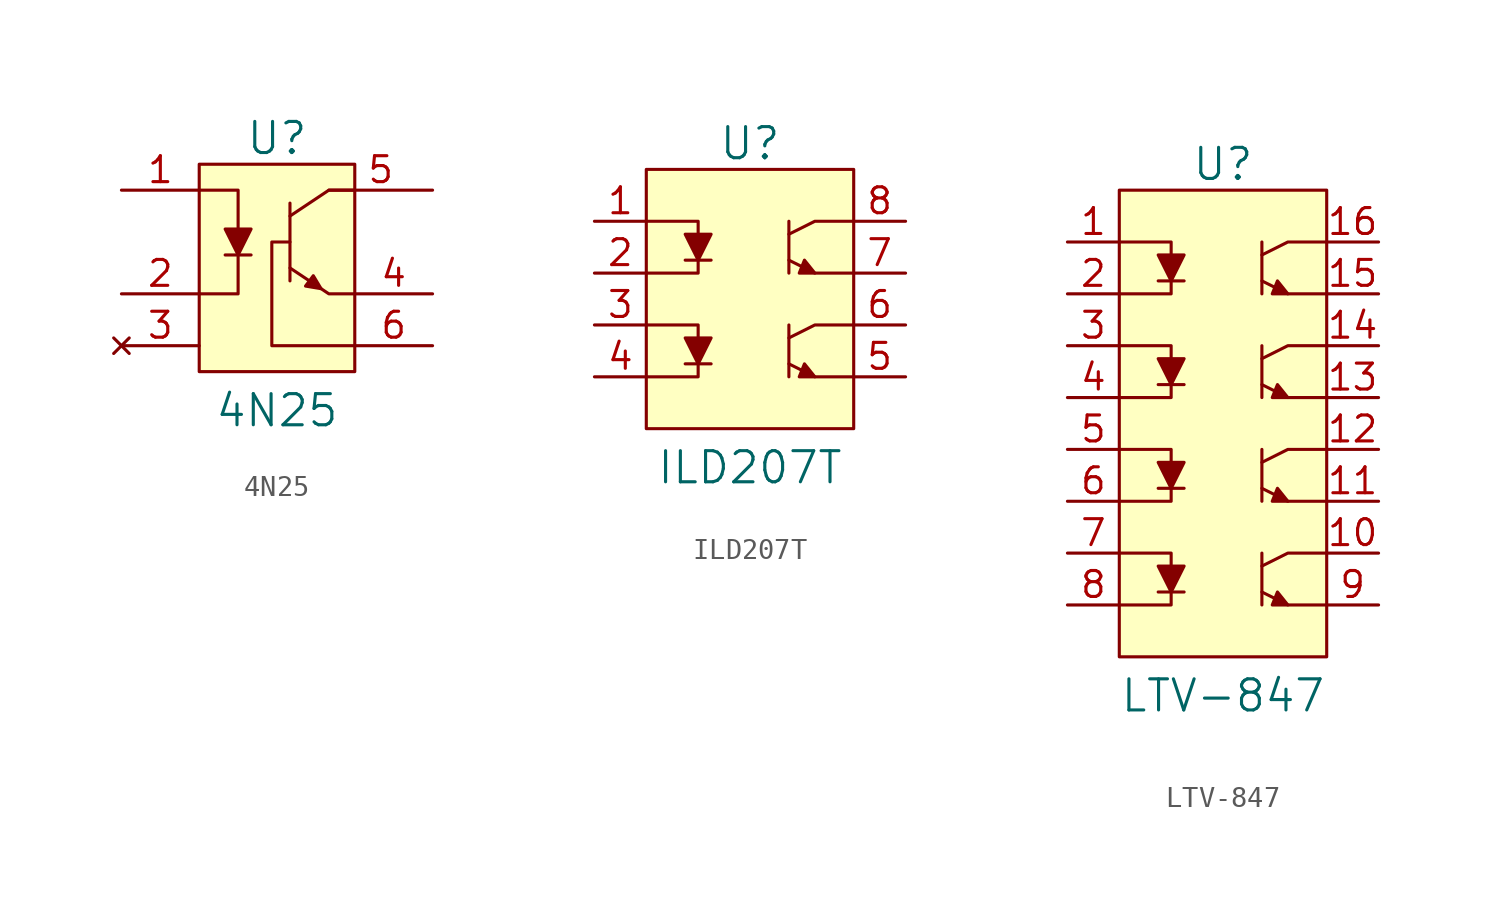
<source format=kicad_sym>
(kicad_symbol_lib
  (version 20231120)
  (generator "kicad_symbol_editor")
  (generator_version "8.0")
  (symbol "4N25"
    (pin_names
      (offset 1.016))
    (property "Reference" "U"
      (at 0 5.08 0)
      (effects (font (size 1.524 1.524))))
    (property "Value" "4N25"
      (at 0 -8.255 0)
      (effects (font (size 1.524 1.524))))
    (symbol "4N25_0_1"
      (rectangle (start -3.81 3.81) (end 3.81 -6.35) (stroke (width 0) (type solid)) (fill (type background)))
      (polyline (pts (xy -2.54 -0.635) (xy -1.27 -0.635)) (stroke (width 0) (type solid)) (fill (type none)))
      (polyline (pts (xy 0.635 1.905) (xy 0.635 -1.905)) (stroke (width 0) (type solid)) (fill (type none)))
      (polyline (pts (xy -3.81 -2.54) (xy -1.905 -2.54) (xy -1.905 -0.635)) (stroke (width 0) (type solid)) (fill (type none)))
      (polyline (pts (xy -3.81 2.54) (xy -1.905 2.54) (xy -1.905 0.635)) (stroke (width 0) (type solid)) (fill (type none)))
      (polyline (pts (xy 0.635 -1.27) (xy 2.54 -2.54) (xy 3.81 -2.54)) (stroke (width 0) (type solid)) (fill (type none)))
      (polyline (pts (xy 0.635 1.27) (xy 2.54 2.54) (xy 3.81 2.54)) (stroke (width 0) (type solid)) (fill (type none)))
      (polyline (pts (xy -2.54 0.635) (xy -1.27 0.635) (xy -1.905 -0.635) (xy -2.54 0.635)) (stroke (width 0) (type solid)) (fill (type outline)))
      (polyline (pts (xy 2.159 -2.286) (xy 1.778 -1.651) (xy 1.397 -2.159) (xy 2.159 -2.286)) (stroke (width 0) (type solid)) (fill (type outline)))
      (polyline (pts (xy 3.81 -5.08) (xy -0.254 -5.08) (xy -0.254 0) (xy 0.635 0)) (stroke (width 0) (type solid)) (fill (type none))))
    (symbol "4N25_1_1"
      (pin passive line (at -7.62 2.54 0) (length 3.81) (name "~" (effects (font (size 1.27 1.27)))) (number "1" (effects (font (size 1.27 1.27)))))
      (pin passive line (at -7.62 -2.54 0) (length 3.81) (name "~" (effects (font (size 1.27 1.27)))) (number "2" (effects (font (size 1.27 1.27)))))
      (pin no_connect line (at -7.62 -5.08 0) (length 3.81) (name "~" (effects (font (size 1.27 1.27)))) (number "3" (effects (font (size 1.27 1.27)))))
      (pin passive line (at 7.62 -2.54 180) (length 3.81) (name "~" (effects (font (size 1.27 1.27)))) (number "4" (effects (font (size 1.27 1.27)))))
      (pin output line (at 7.62 2.54 180) (length 5.08) (name "~" (effects (font (size 1.27 1.27)))) (number "5" (effects (font (size 1.27 1.27)))))
      (pin input line (at 7.62 -5.08 180) (length 3.81) (name "~" (effects (font (size 1.27 1.27)))) (number "6" (effects (font (size 1.27 1.27)))))))
  (symbol "ILD207T"
    (pin_names
      (offset 1.016))
    (property "Reference" "U"
      (at 0 8.89 0)
      (effects (font (size 1.524 1.524))))
    (property "Value" "ILD207T"
      (at 0 -6.985 0)
      (effects (font (size 1.524 1.524))))
    (symbol "ILD207T_0_1"
      (rectangle (start -5.08 7.62) (end 5.08 -5.08) (stroke (width 0) (type solid)) (fill (type background)))
      (polyline (pts (xy -3.175 -1.905) (xy -1.905 -1.905)) (stroke (width 0) (type solid)) (fill (type none)))
      (polyline (pts (xy -3.175 3.175) (xy -1.905 3.175)) (stroke (width 0) (type solid)) (fill (type none)))
      (polyline (pts (xy 1.905 0) (xy 1.905 -2.54)) (stroke (width 0) (type solid)) (fill (type none)))
      (polyline (pts (xy 1.905 5.08) (xy 1.905 2.54)) (stroke (width 0) (type solid)) (fill (type none)))
      (polyline (pts (xy -5.08 -2.54) (xy -2.54 -2.54) (xy -2.54 -1.905)) (stroke (width 0) (type solid)) (fill (type none)))
      (polyline (pts (xy -5.08 0) (xy -2.54 0) (xy -2.54 -0.635)) (stroke (width 0) (type solid)) (fill (type none)))
      (polyline (pts (xy -5.08 2.54) (xy -2.54 2.54) (xy -2.54 3.175)) (stroke (width 0) (type solid)) (fill (type none)))
      (polyline (pts (xy -5.08 5.08) (xy -2.54 5.08) (xy -2.54 4.445)) (stroke (width 0) (type solid)) (fill (type none)))
      (polyline (pts (xy 1.905 -1.905) (xy 3.175 -2.54) (xy 5.08 -2.54)) (stroke (width 0) (type solid)) (fill (type none)))
      (polyline (pts (xy 1.905 -0.635) (xy 3.175 0) (xy 5.08 0)) (stroke (width 0) (type solid)) (fill (type none)))
      (polyline (pts (xy 1.905 3.175) (xy 3.175 2.54) (xy 5.08 2.54)) (stroke (width 0) (type solid)) (fill (type none)))
      (polyline (pts (xy 1.905 4.445) (xy 3.175 5.08) (xy 5.08 5.08)) (stroke (width 0) (type solid)) (fill (type none)))
      (polyline (pts (xy -3.175 -0.635) (xy -1.905 -0.635) (xy -2.54 -1.905) (xy -3.175 -0.635)) (stroke (width 0) (type solid)) (fill (type outline)))
      (polyline (pts (xy -3.175 4.445) (xy -1.905 4.445) (xy -2.54 3.175) (xy -3.175 4.445)) (stroke (width 0) (type solid)) (fill (type outline)))
      (polyline (pts (xy 3.175 -2.54) (xy 2.667 -1.905) (xy 2.413 -2.54) (xy 3.175 -2.54)) (stroke (width 0) (type solid)) (fill (type outline)))
      (polyline (pts (xy 3.175 2.54) (xy 2.667 3.175) (xy 2.413 2.54) (xy 3.175 2.54)) (stroke (width 0) (type solid)) (fill (type outline))))
    (symbol "ILD207T_1_1"
      (pin passive line (at -7.62 5.08 0) (length 2.54) (name "~" (effects (font (size 1.27 1.27)))) (number "1" (effects (font (size 1.27 1.27)))))
      (pin passive line (at -7.62 2.54 0) (length 2.54) (name "~" (effects (font (size 1.27 1.27)))) (number "2" (effects (font (size 1.27 1.27)))))
      (pin passive line (at -7.62 0 0) (length 2.54) (name "~" (effects (font (size 1.27 1.27)))) (number "3" (effects (font (size 1.27 1.27)))))
      (pin passive line (at -7.62 -2.54 0) (length 2.54) (name "~" (effects (font (size 1.27 1.27)))) (number "4" (effects (font (size 1.27 1.27)))))
      (pin passive line (at 7.62 -2.54 180) (length 2.54) (name "~" (effects (font (size 1.27 1.27)))) (number "5" (effects (font (size 1.27 1.27)))))
      (pin passive line (at 7.62 0 180) (length 2.54) (name "~" (effects (font (size 1.27 1.27)))) (number "6" (effects (font (size 1.27 1.27)))))
      (pin passive line (at 7.62 2.54 180) (length 2.54) (name "~" (effects (font (size 1.27 1.27)))) (number "7" (effects (font (size 1.27 1.27)))))
      (pin passive line (at 7.62 5.08 180) (length 2.54) (name "~" (effects (font (size 1.27 1.27)))) (number "8" (effects (font (size 1.27 1.27)))))))
  (symbol "LTV-847"
    (pin_names
      (offset 1.016))
    (property "Reference" "U"
      (at 0 11.43 0)
      (effects (font (size 1.524 1.524))))
    (property "Value" "LTV-847"
      (at 0 -14.605 0)
      (effects (font (size 1.524 1.524))))
    (symbol "LTV-847_0_1"
      (rectangle (start -5.08 10.16) (end 5.08 -12.7) (stroke (width 0) (type solid)) (fill (type background)))
      (polyline (pts (xy -3.175 -9.525) (xy -1.905 -9.525)) (stroke (width 0) (type solid)) (fill (type none)))
      (polyline (pts (xy -3.175 -4.445) (xy -1.905 -4.445)) (stroke (width 0) (type solid)) (fill (type none)))
      (polyline (pts (xy -3.175 0.635) (xy -1.905 0.635)) (stroke (width 0) (type solid)) (fill (type none)))
      (polyline (pts (xy -3.175 5.715) (xy -1.905 5.715)) (stroke (width 0) (type solid)) (fill (type none)))
      (polyline (pts (xy 1.905 -7.62) (xy 1.905 -10.16)) (stroke (width 0) (type solid)) (fill (type none)))
      (polyline (pts (xy 1.905 -2.54) (xy 1.905 -5.08)) (stroke (width 0) (type solid)) (fill (type none)))
      (polyline (pts (xy 1.905 2.54) (xy 1.905 0)) (stroke (width 0) (type solid)) (fill (type none)))
      (polyline (pts (xy 1.905 7.62) (xy 1.905 5.08)) (stroke (width 0) (type solid)) (fill (type none)))
      (polyline (pts (xy -5.08 -10.16) (xy -2.54 -10.16) (xy -2.54 -9.525)) (stroke (width 0) (type solid)) (fill (type none)))
      (polyline (pts (xy -5.08 -7.62) (xy -2.54 -7.62) (xy -2.54 -8.255)) (stroke (width 0) (type solid)) (fill (type none)))
      (polyline (pts (xy -5.08 -5.08) (xy -2.54 -5.08) (xy -2.54 -4.445)) (stroke (width 0) (type solid)) (fill (type none)))
      (polyline (pts (xy -5.08 -2.54) (xy -2.54 -2.54) (xy -2.54 -3.175)) (stroke (width 0) (type solid)) (fill (type none)))
      (polyline (pts (xy -5.08 0) (xy -2.54 0) (xy -2.54 0.635)) (stroke (width 0) (type solid)) (fill (type none)))
      (polyline (pts (xy -5.08 2.54) (xy -2.54 2.54) (xy -2.54 1.905)) (stroke (width 0) (type solid)) (fill (type none)))
      (polyline (pts (xy -5.08 5.08) (xy -2.54 5.08) (xy -2.54 5.715)) (stroke (width 0) (type solid)) (fill (type none)))
      (polyline (pts (xy -5.08 7.62) (xy -2.54 7.62) (xy -2.54 6.985)) (stroke (width 0) (type solid)) (fill (type none)))
      (polyline (pts (xy 1.905 -9.525) (xy 3.175 -10.16) (xy 5.08 -10.16)) (stroke (width 0) (type solid)) (fill (type none)))
      (polyline (pts (xy 1.905 -8.255) (xy 3.175 -7.62) (xy 5.08 -7.62)) (stroke (width 0) (type solid)) (fill (type none)))
      (polyline (pts (xy 1.905 -4.445) (xy 3.175 -5.08) (xy 5.08 -5.08)) (stroke (width 0) (type solid)) (fill (type none)))
      (polyline (pts (xy 1.905 -3.175) (xy 3.175 -2.54) (xy 5.08 -2.54)) (stroke (width 0) (type solid)) (fill (type none)))
      (polyline (pts (xy 1.905 0.635) (xy 3.175 0) (xy 5.08 0)) (stroke (width 0) (type solid)) (fill (type none)))
      (polyline (pts (xy 1.905 1.905) (xy 3.175 2.54) (xy 5.08 2.54)) (stroke (width 0) (type solid)) (fill (type none)))
      (polyline (pts (xy 1.905 5.715) (xy 3.175 5.08) (xy 5.08 5.08)) (stroke (width 0) (type solid)) (fill (type none)))
      (polyline (pts (xy 1.905 6.985) (xy 3.175 7.62) (xy 5.08 7.62)) (stroke (width 0) (type solid)) (fill (type none)))
      (polyline (pts (xy -3.175 -8.255) (xy -1.905 -8.255) (xy -2.54 -9.525) (xy -3.175 -8.255)) (stroke (width 0) (type solid)) (fill (type outline)))
      (polyline (pts (xy -3.175 -3.175) (xy -1.905 -3.175) (xy -2.54 -4.445) (xy -3.175 -3.175)) (stroke (width 0) (type solid)) (fill (type outline)))
      (polyline (pts (xy -3.175 1.905) (xy -1.905 1.905) (xy -2.54 0.635) (xy -3.175 1.905)) (stroke (width 0) (type solid)) (fill (type outline)))
      (polyline (pts (xy -3.175 6.985) (xy -1.905 6.985) (xy -2.54 5.715) (xy -3.175 6.985)) (stroke (width 0) (type solid)) (fill (type outline)))
      (polyline (pts (xy 3.175 -10.16) (xy 2.667 -9.525) (xy 2.413 -10.16) (xy 3.175 -10.16)) (stroke (width 0) (type solid)) (fill (type outline)))
      (polyline (pts (xy 3.175 -5.08) (xy 2.667 -4.445) (xy 2.413 -5.08) (xy 3.175 -5.08)) (stroke (width 0) (type solid)) (fill (type outline)))
      (polyline (pts (xy 3.175 0) (xy 2.667 0.635) (xy 2.413 0) (xy 3.175 0)) (stroke (width 0) (type solid)) (fill (type outline)))
      (polyline (pts (xy 3.175 5.08) (xy 2.667 5.715) (xy 2.413 5.08) (xy 3.175 5.08)) (stroke (width 0) (type solid)) (fill (type outline))))
    (symbol "LTV-847_1_1"
      (pin passive line (at -7.62 7.62 0) (length 2.54) (name "~" (effects (font (size 1.27 1.27)))) (number "1" (effects (font (size 1.27 1.27)))))
      (pin passive line (at 7.62 -7.62 180) (length 2.54) (name "~" (effects (font (size 1.27 1.27)))) (number "10" (effects (font (size 1.27 1.27)))))
      (pin passive line (at 7.62 -5.08 180) (length 2.54) (name "~" (effects (font (size 1.27 1.27)))) (number "11" (effects (font (size 1.27 1.27)))))
      (pin passive line (at 7.62 -2.54 180) (length 2.54) (name "~" (effects (font (size 1.27 1.27)))) (number "12" (effects (font (size 1.27 1.27)))))
      (pin passive line (at 7.62 0 180) (length 2.54) (name "~" (effects (font (size 1.27 1.27)))) (number "13" (effects (font (size 1.27 1.27)))))
      (pin passive line (at 7.62 2.54 180) (length 2.54) (name "~" (effects (font (size 1.27 1.27)))) (number "14" (effects (font (size 1.27 1.27)))))
      (pin passive line (at 7.62 5.08 180) (length 2.54) (name "~" (effects (font (size 1.27 1.27)))) (number "15" (effects (font (size 1.27 1.27)))))
      (pin passive line (at 7.62 7.62 180) (length 2.54) (name "~" (effects (font (size 1.27 1.27)))) (number "16" (effects (font (size 1.27 1.27)))))
      (pin passive line (at -7.62 5.08 0) (length 2.54) (name "~" (effects (font (size 1.27 1.27)))) (number "2" (effects (font (size 1.27 1.27)))))
      (pin passive line (at -7.62 2.54 0) (length 2.54) (name "~" (effects (font (size 1.27 1.27)))) (number "3" (effects (font (size 1.27 1.27)))))
      (pin passive line (at -7.62 0 0) (length 2.54) (name "~" (effects (font (size 1.27 1.27)))) (number "4" (effects (font (size 1.27 1.27)))))
      (pin passive line (at -7.62 -2.54 0) (length 2.54) (name "~" (effects (font (size 1.27 1.27)))) (number "5" (effects (font (size 1.27 1.27)))))
      (pin passive line (at -7.62 -5.08 0) (length 2.54) (name "~" (effects (font (size 1.27 1.27)))) (number "6" (effects (font (size 1.27 1.27)))))
      (pin passive line (at -7.62 -7.62 0) (length 2.54) (name "~" (effects (font (size 1.27 1.27)))) (number "7" (effects (font (size 1.27 1.27)))))
      (pin passive line (at -7.62 -10.16 0) (length 2.54) (name "~" (effects (font (size 1.27 1.27)))) (number "8" (effects (font (size 1.27 1.27)))))
      (pin passive line (at 7.62 -10.16 180) (length 2.54) (name "~" (effects (font (size 1.27 1.27)))) (number "9" (effects (font (size 1.27 1.27))))))))
</source>
